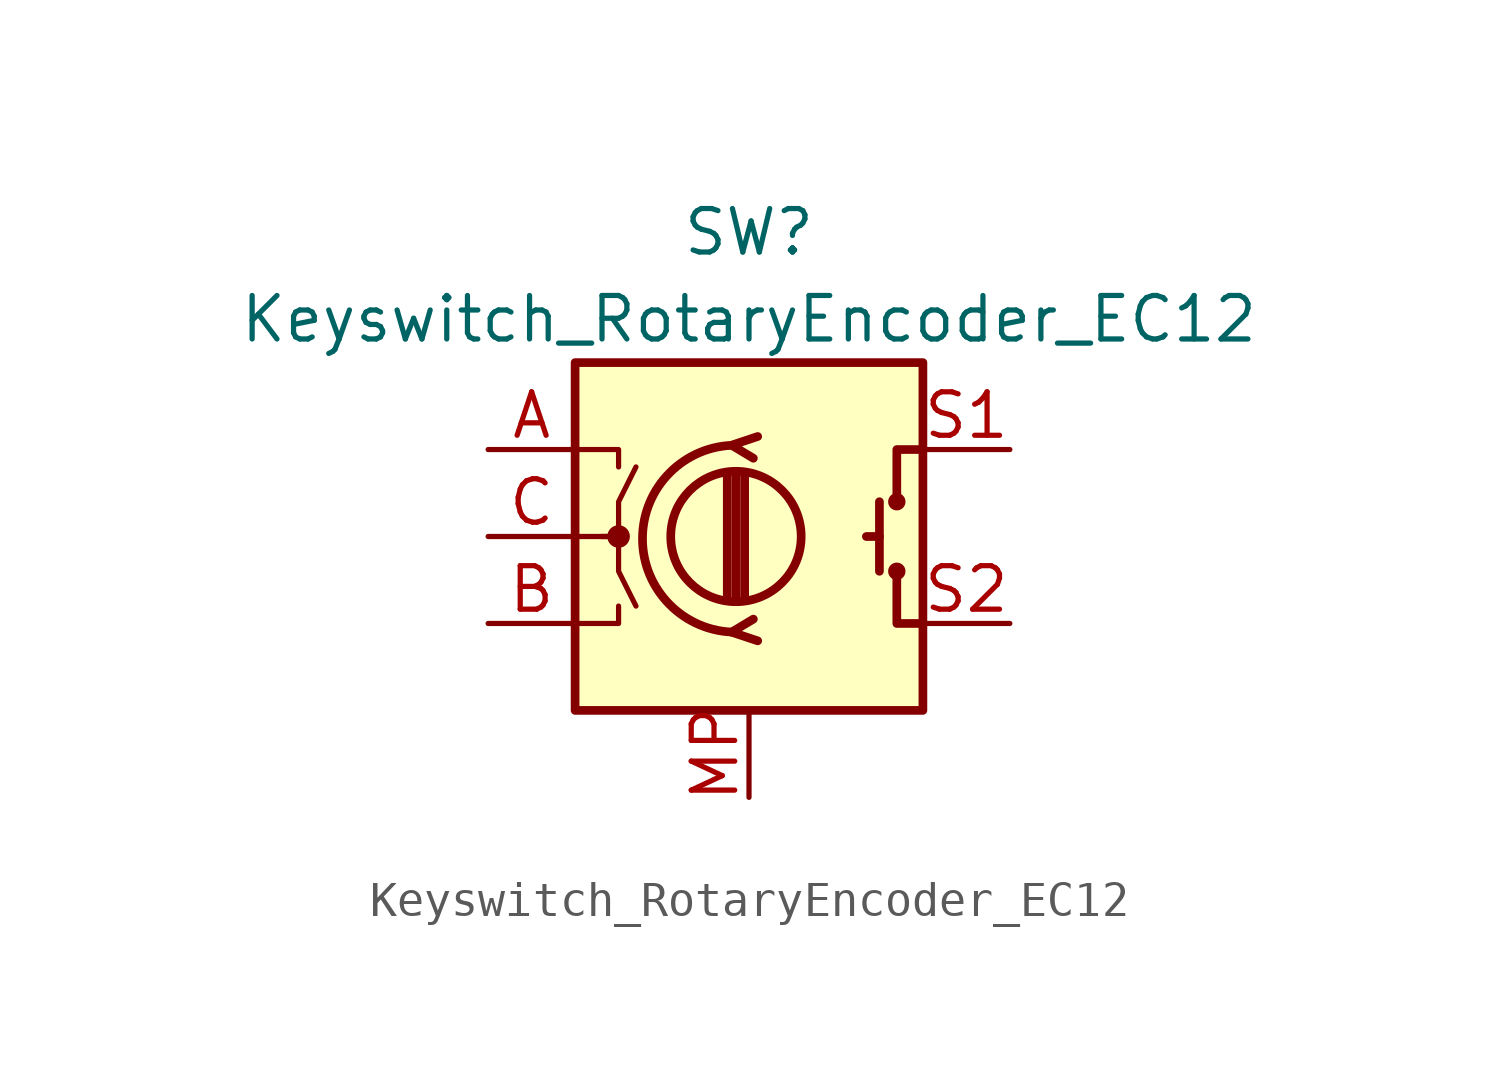
<source format=kicad_sym>
(kicad_symbol_lib
  (version 20241209)
  (generator "kicad_symbol_editor")
  (generator_version "9.0")
  (symbol "Keyswitch_RotaryEncoder_EC12"
    (pin_names
      (offset 0.254)
      (hide yes))
    (property "Reference" "SW"
      (at 0 8.89 0)
      (effects (font (size 1.27 1.27))))
    (property "Value" "Keyswitch_RotaryEncoder_EC12"
      (at 0 6.35 0)
      (effects (font (size 1.27 1.27))))
    (symbol "Keyswitch_RotaryEncoder_EC12_0_1"
      (rectangle (start -5.08 5.08) (end 5.08 -5.08) (stroke (width 0.254) (type default)) (fill (type background)))
      (polyline (pts (xy -5.08 2.54) (xy -3.81 2.54) (xy -3.81 2.032)) (stroke (width 0) (type default)) (fill (type none)))
      (polyline (pts (xy -5.08 0) (xy -3.81 0) (xy -3.81 -1.016) (xy -3.302 -2.032)) (stroke (width 0) (type default)) (fill (type none)))
      (polyline (pts (xy -5.08 -2.54) (xy -3.81 -2.54) (xy -3.81 -2.032)) (stroke (width 0) (type default)) (fill (type none)))
      (polyline (pts (xy -4.318 0) (xy -3.81 0) (xy -3.81 1.016) (xy -3.302 2.032)) (stroke (width 0) (type default)) (fill (type none)))
      (circle (center -3.81 0) (radius 0.254) (stroke (width 0) (type default)) (fill (type outline)))
      (polyline (pts (xy -0.635 -1.778) (xy -0.635 1.778)) (stroke (width 0.254) (type default)) (fill (type none)))
      (circle (center -0.381 0) (radius 1.905) (stroke (width 0.254) (type default)) (fill (type none)))
      (polyline (pts (xy -0.381 -1.778) (xy -0.381 1.778)) (stroke (width 0.254) (type default)) (fill (type none)))
      (arc (start -0.381 -2.794) (mid -3.0988 -0.0635) (end -0.381 2.667) (stroke (width 0.254) (type default)) (fill (type none)))
      (polyline (pts (xy -0.127 1.778) (xy -0.127 -1.778)) (stroke (width 0.254) (type default)) (fill (type none)))
      (polyline (pts (xy 0.254 2.921) (xy -0.508 2.667) (xy 0.127 2.286)) (stroke (width 0.254) (type default)) (fill (type none)))
      (polyline (pts (xy 0.254 -3.048) (xy -0.508 -2.794) (xy 0.127 -2.413)) (stroke (width 0.254) (type default)) (fill (type none)))
      (polyline (pts (xy 3.81 1.016) (xy 3.81 -1.016)) (stroke (width 0.254) (type default)) (fill (type none)))
      (polyline (pts (xy 3.81 0) (xy 3.429 0)) (stroke (width 0.254) (type default)) (fill (type none)))
      (circle (center 4.318 1.016) (radius 0.127) (stroke (width 0.254) (type default)) (fill (type none)))
      (circle (center 4.318 -1.016) (radius 0.127) (stroke (width 0.254) (type default)) (fill (type none)))
      (polyline (pts (xy 5.08 2.54) (xy 4.318 2.54) (xy 4.318 1.016)) (stroke (width 0.254) (type default)) (fill (type none)))
      (polyline (pts (xy 5.08 -2.54) (xy 4.318 -2.54) (xy 4.318 -1.016)) (stroke (width 0.254) (type default)) (fill (type none))))
    (symbol "Keyswitch_RotaryEncoder_EC12_1_1"
      (pin passive line (at -7.62 2.54 0) (length 2.54) (name "A" (effects (font (size 1.27 1.27)))) (number "A" (effects (font (size 1.27 1.27)))))
      (pin passive line (at -7.62 0 0) (length 2.54) (name "C" (effects (font (size 1.27 1.27)))) (number "C" (effects (font (size 1.27 1.27)))))
      (pin passive line (at -7.62 -2.54 0) (length 2.54) (name "B" (effects (font (size 1.27 1.27)))) (number "B" (effects (font (size 1.27 1.27)))))
      (pin passive line (at 0 -7.62 90) (length 2.54) (name "MP" (effects (font (size 1.27 1.27)))) (number "MP" (effects (font (size 1.27 1.27)))))
      (pin passive line (at 7.62 2.54 180) (length 2.54) (name "S1" (effects (font (size 1.27 1.27)))) (number "S1" (effects (font (size 1.27 1.27)))))
      (pin passive line (at 7.62 -2.54 180) (length 2.54) (name "S2" (effects (font (size 1.27 1.27)))) (number "S2" (effects (font (size 1.27 1.27))))))))
</source>
